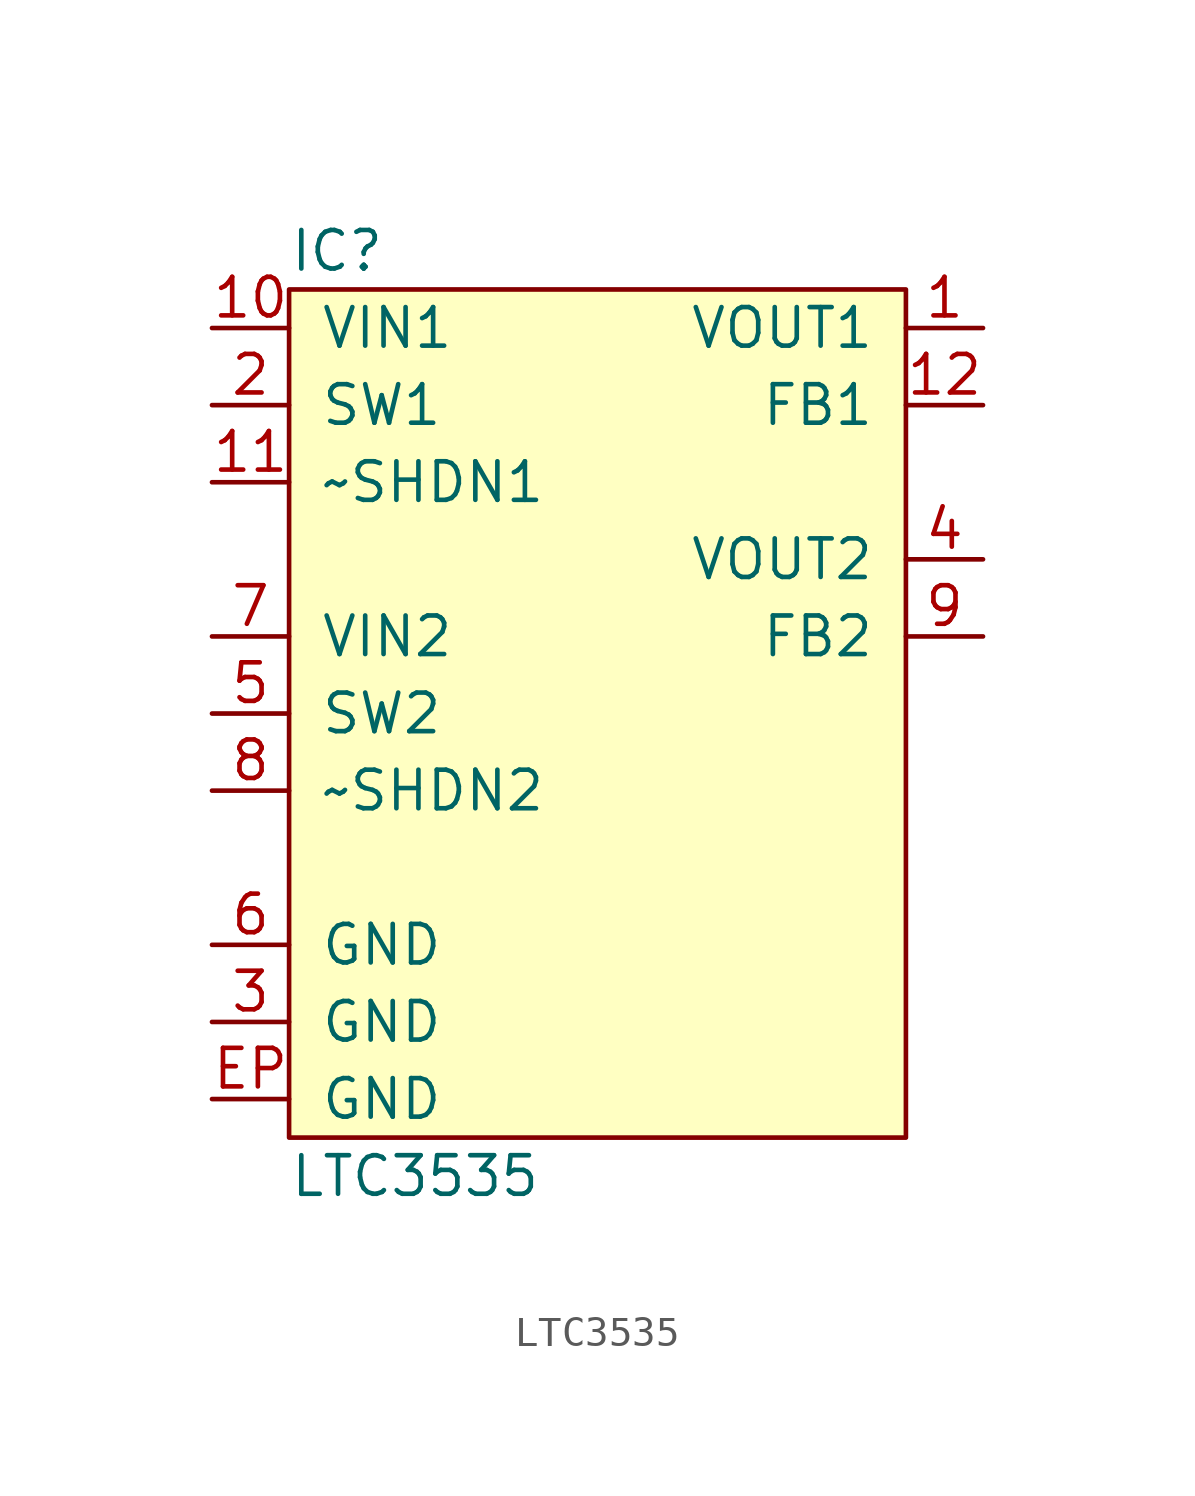
<source format=kicad_sym>
(kicad_symbol_lib
  (version 20211014)
  (generator agg_kicad.build_lib_ic)
  (symbol "LTC3535"
    (pin_names
      (offset 1.016))
    (property Reference IC
      (at -10.16 15.24 0)
      (effects (font (size 1.27 1.27)) (justify left)))
    (property Value "LTC3535"
      (at -10.16 -15.24 0)
      (effects (font (size 1.27 1.27)) (justify left)))
    (symbol "LTC3535_0_0"
      (rectangle (start -10.16 13.97) (end 10.16 -13.97) (stroke (width 0) (type default) (color 0 0 0 0)) (fill (type background)))
      (pin power_in line (at -12.7 12.7 0) (length 2.54) (name "VIN1" (effects (font (size 1.27 1.27)))) (number "10" (effects (font (size 1.27 1.27)))))
      (pin passive line (at -12.7 10.16 0) (length 2.54) (name "SW1" (effects (font (size 1.27 1.27)))) (number "2" (effects (font (size 1.27 1.27)))))
      (pin input line (at -12.7 7.62 0) (length 2.54) (name "~SHDN1" (effects (font (size 1.27 1.27)))) (number "11" (effects (font (size 1.27 1.27)))))
      (pin power_in line (at -12.7 2.54 0) (length 2.54) (name "VIN2" (effects (font (size 1.27 1.27)))) (number "7" (effects (font (size 1.27 1.27)))))
      (pin passive line (at -12.7 0 0) (length 2.54) (name "SW2" (effects (font (size 1.27 1.27)))) (number "5" (effects (font (size 1.27 1.27)))))
      (pin input line (at -12.7 -2.54 0) (length 2.54) (name "~SHDN2" (effects (font (size 1.27 1.27)))) (number "8" (effects (font (size 1.27 1.27)))))
      (pin power_in line (at -12.7 -7.62 0) (length 2.54) (name GND (effects (font (size 1.27 1.27)))) (number "6" (effects (font (size 1.27 1.27)))))
      (pin power_in line (at -12.7 -10.16 0) (length 2.54) (name GND (effects (font (size 1.27 1.27)))) (number "3" (effects (font (size 1.27 1.27)))))
      (pin power_in line (at -12.7 -12.7 0) (length 2.54) (name GND (effects (font (size 1.27 1.27)))) (number EP (effects (font (size 1.27 1.27)))))
      (pin power_out line (at 12.7 12.7 180) (length 2.54) (name "VOUT1" (effects (font (size 1.27 1.27)))) (number "1" (effects (font (size 1.27 1.27)))))
      (pin input line (at 12.7 10.16 180) (length 2.54) (name "FB1" (effects (font (size 1.27 1.27)))) (number "12" (effects (font (size 1.27 1.27)))))
      (pin power_out line (at 12.7 5.08 180) (length 2.54) (name "VOUT2" (effects (font (size 1.27 1.27)))) (number "4" (effects (font (size 1.27 1.27)))))
      (pin input line (at 12.7 2.54 180) (length 2.54) (name "FB2" (effects (font (size 1.27 1.27)))) (number "9" (effects (font (size 1.27 1.27))))))))
</source>
